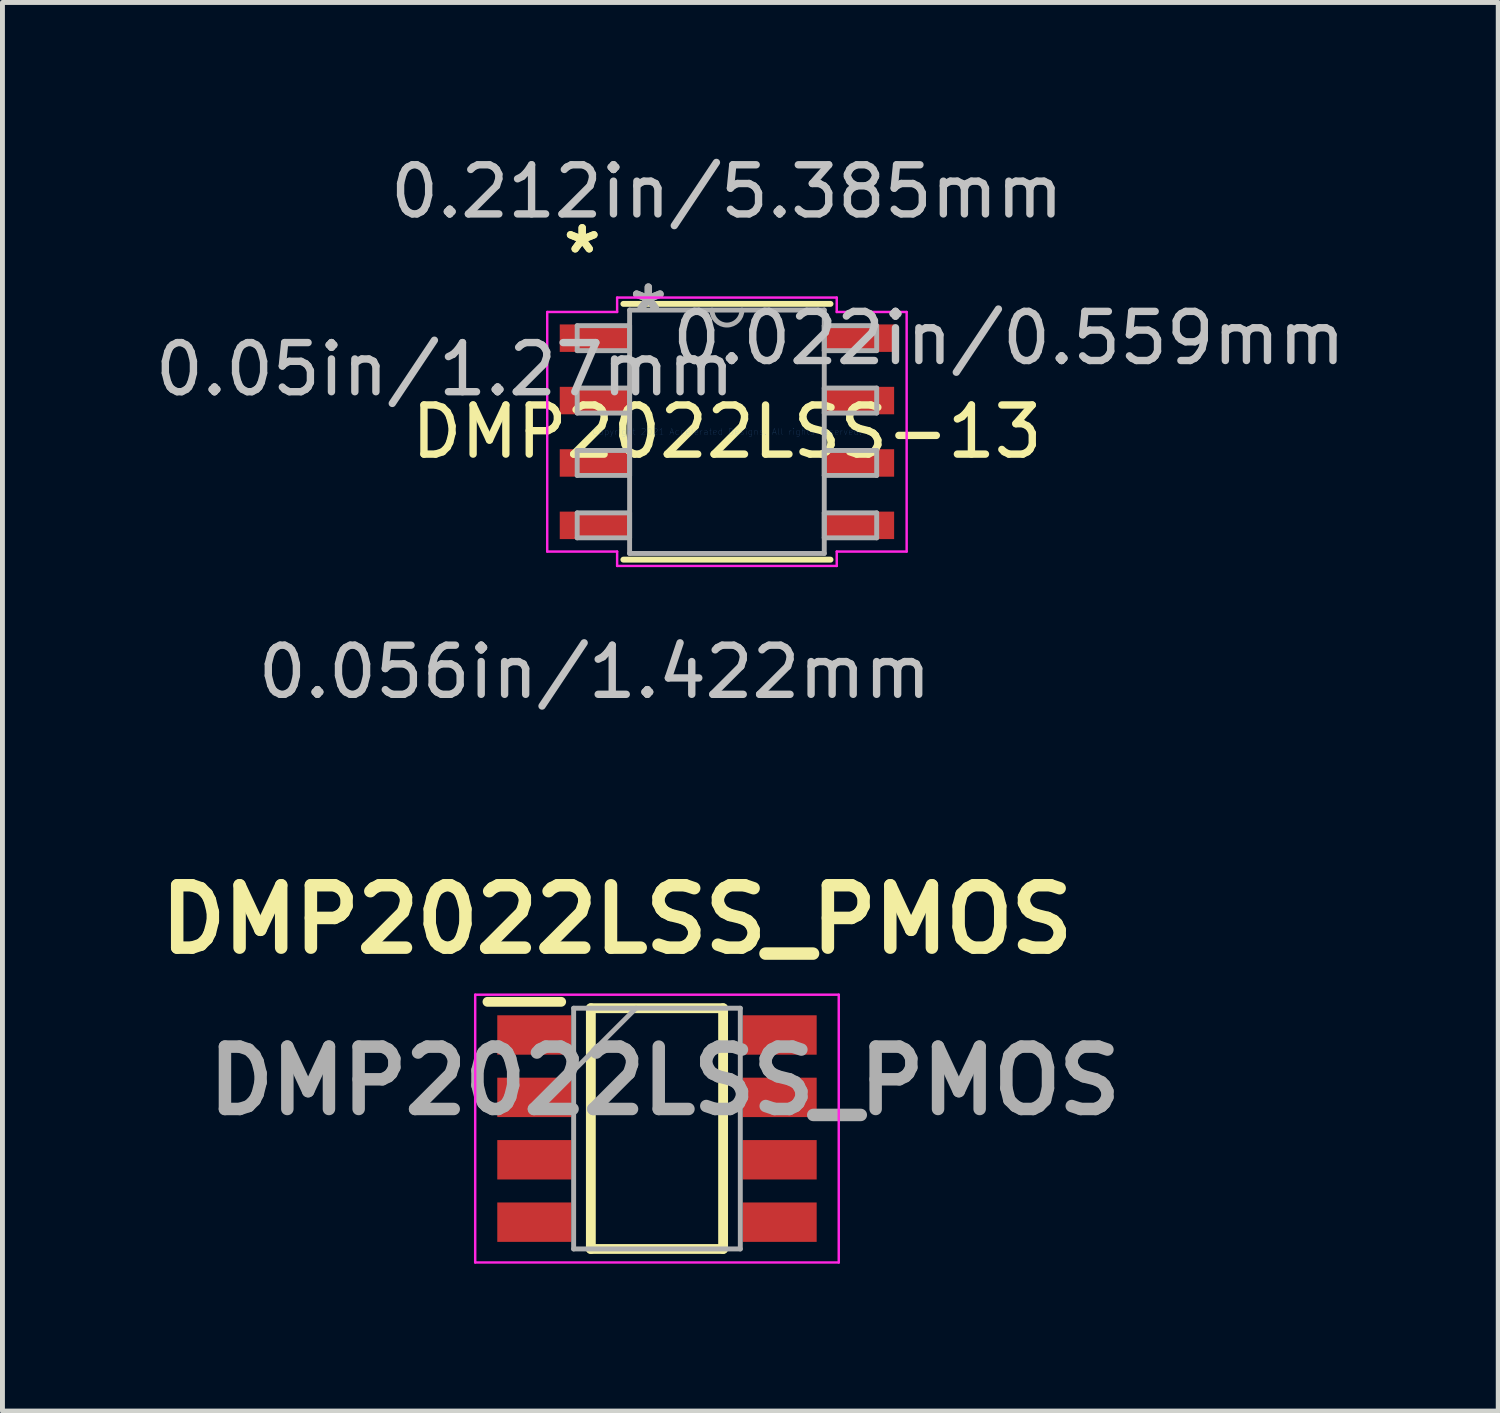
<source format=kicad_pcb>
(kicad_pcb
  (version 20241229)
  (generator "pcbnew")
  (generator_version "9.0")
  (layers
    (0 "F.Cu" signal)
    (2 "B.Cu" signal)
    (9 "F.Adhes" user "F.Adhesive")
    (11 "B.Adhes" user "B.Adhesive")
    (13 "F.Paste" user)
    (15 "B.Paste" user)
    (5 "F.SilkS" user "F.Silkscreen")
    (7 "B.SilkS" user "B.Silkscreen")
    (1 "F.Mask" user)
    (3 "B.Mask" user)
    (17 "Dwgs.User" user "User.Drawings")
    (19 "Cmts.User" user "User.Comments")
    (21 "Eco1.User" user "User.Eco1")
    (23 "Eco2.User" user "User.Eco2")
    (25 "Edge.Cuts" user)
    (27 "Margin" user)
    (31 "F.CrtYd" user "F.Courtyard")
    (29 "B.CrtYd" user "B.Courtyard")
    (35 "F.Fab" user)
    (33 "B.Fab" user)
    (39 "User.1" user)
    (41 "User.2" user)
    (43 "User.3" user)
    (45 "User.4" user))
  (footprint "DMP2022LSS-13"
    (layer "F.Cu")
    (at 11.746 5.738)
    (property "Reference" "DMP2022LSS-13" (at 0 0 0) (layer "F.SilkS") (effects (font (size 1 1) (thickness 0.15))))
    (attr through_hole)
    (fp_line (start -2.108 2.603) (end 2.108 2.603) (stroke (width 0.12) (type solid)) (layer "F.SilkS"))
    (fp_line (start 2.108 -2.603) (end -2.108 -2.603) (stroke (width 0.12) (type solid)) (layer "F.SilkS"))
    (fp_line (start -3.658 -2.438) (end -2.235 -2.438) (stroke (width 0.05) (type solid)) (layer "F.CrtYd"))
    (fp_line (start -3.658 2.438) (end -3.658 -2.438) (stroke (width 0.05) (type solid)) (layer "F.CrtYd"))
    (fp_line (start -2.235 -2.731) (end 2.235 -2.731) (stroke (width 0.05) (type solid)) (layer "F.CrtYd"))
    (fp_line (start -2.235 -2.438) (end -2.235 -2.731) (stroke (width 0.05) (type solid)) (layer "F.CrtYd"))
    (fp_line (start -2.235 2.438) (end -3.658 2.438) (stroke (width 0.05) (type solid)) (layer "F.CrtYd"))
    (fp_line (start -2.235 2.731) (end -2.235 2.438) (stroke (width 0.05) (type solid)) (layer "F.CrtYd"))
    (fp_line (start 2.235 -2.731) (end 2.235 -2.438) (stroke (width 0.05) (type solid)) (layer "F.CrtYd"))
    (fp_line (start 2.235 -2.438) (end 3.658 -2.438) (stroke (width 0.05) (type solid)) (layer "F.CrtYd"))
    (fp_line (start 2.235 2.438) (end 2.235 2.731) (stroke (width 0.05) (type solid)) (layer "F.CrtYd"))
    (fp_line (start 2.235 2.731) (end -2.235 2.731) (stroke (width 0.05) (type solid)) (layer "F.CrtYd"))
    (fp_line (start 3.658 -2.438) (end 3.658 2.438) (stroke (width 0.05) (type solid)) (layer "F.CrtYd"))
    (fp_line (start 3.658 2.438) (end 2.235 2.438) (stroke (width 0.05) (type solid)) (layer "F.CrtYd"))
    (fp_line (start -3.048 -2.159) (end -3.048 -1.651) (stroke (width 0.1) (type solid)) (layer "F.Fab"))
    (fp_line (start -3.048 -1.651) (end -1.981 -1.651) (stroke (width 0.1) (type solid)) (layer "F.Fab"))
    (fp_line (start -3.048 -0.889) (end -3.048 -0.381) (stroke (width 0.1) (type solid)) (layer "F.Fab"))
    (fp_line (start -3.048 -0.381) (end -1.981 -0.381) (stroke (width 0.1) (type solid)) (layer "F.Fab"))
    (fp_line (start -3.048 0.381) (end -3.048 0.889) (stroke (width 0.1) (type solid)) (layer "F.Fab"))
    (fp_line (start -3.048 0.889) (end -1.981 0.889) (stroke (width 0.1) (type solid)) (layer "F.Fab"))
    (fp_line (start -3.048 1.651) (end -3.048 2.159) (stroke (width 0.1) (type solid)) (layer "F.Fab"))
    (fp_line (start -3.048 2.159) (end -1.981 2.159) (stroke (width 0.1) (type solid)) (layer "F.Fab"))
    (fp_line (start -1.981 -2.477) (end -1.981 2.477) (stroke (width 0.1) (type solid)) (layer "F.Fab"))
    (fp_line (start -1.981 -2.159) (end -3.048 -2.159) (stroke (width 0.1) (type solid)) (layer "F.Fab"))
    (fp_line (start -1.981 -1.651) (end -1.981 -2.159) (stroke (width 0.1) (type solid)) (layer "F.Fab"))
    (fp_line (start -1.981 -0.889) (end -3.048 -0.889) (stroke (width 0.1) (type solid)) (layer "F.Fab"))
    (fp_line (start -1.981 -0.381) (end -1.981 -0.889) (stroke (width 0.1) (type solid)) (layer "F.Fab"))
    (fp_line (start -1.981 0.381) (end -3.048 0.381) (stroke (width 0.1) (type solid)) (layer "F.Fab"))
    (fp_line (start -1.981 0.889) (end -1.981 0.381) (stroke (width 0.1) (type solid)) (layer "F.Fab"))
    (fp_line (start -1.981 1.651) (end -3.048 1.651) (stroke (width 0.1) (type solid)) (layer "F.Fab"))
    (fp_line (start -1.981 2.159) (end -1.981 1.651) (stroke (width 0.1) (type solid)) (layer "F.Fab"))
    (fp_line (start -1.981 2.477) (end 1.981 2.477) (stroke (width 0.1) (type solid)) (layer "F.Fab"))
    (fp_line (start 1.981 -2.477) (end -1.981 -2.477) (stroke (width 0.1) (type solid)) (layer "F.Fab"))
    (fp_line (start 1.981 -2.159) (end 1.981 -1.651) (stroke (width 0.1) (type solid)) (layer "F.Fab"))
    (fp_line (start 1.981 -1.651) (end 3.048 -1.651) (stroke (width 0.1) (type solid)) (layer "F.Fab"))
    (fp_line (start 1.981 -0.889) (end 1.981 -0.381) (stroke (width 0.1) (type solid)) (layer "F.Fab"))
    (fp_line (start 1.981 -0.381) (end 3.048 -0.381) (stroke (width 0.1) (type solid)) (layer "F.Fab"))
    (fp_line (start 1.981 0.381) (end 1.981 0.889) (stroke (width 0.1) (type solid)) (layer "F.Fab"))
    (fp_line (start 1.981 0.889) (end 3.048 0.889) (stroke (width 0.1) (type solid)) (layer "F.Fab"))
    (fp_line (start 1.981 1.651) (end 1.981 2.159) (stroke (width 0.1) (type solid)) (layer "F.Fab"))
    (fp_line (start 1.981 2.159) (end 3.048 2.159) (stroke (width 0.1) (type solid)) (layer "F.Fab"))
    (fp_line (start 1.981 2.477) (end 1.981 -2.477) (stroke (width 0.1) (type solid)) (layer "F.Fab"))
    (fp_line (start 3.048 -2.159) (end 1.981 -2.159) (stroke (width 0.1) (type solid)) (layer "F.Fab"))
    (fp_line (start 3.048 -1.651) (end 3.048 -2.159) (stroke (width 0.1) (type solid)) (layer "F.Fab"))
    (fp_line (start 3.048 -0.889) (end 1.981 -0.889) (stroke (width 0.1) (type solid)) (layer "F.Fab"))
    (fp_line (start 3.048 -0.381) (end 3.048 -0.889) (stroke (width 0.1) (type solid)) (layer "F.Fab"))
    (fp_line (start 3.048 0.381) (end 1.981 0.381) (stroke (width 0.1) (type solid)) (layer "F.Fab"))
    (fp_line (start 3.048 0.889) (end 3.048 0.381) (stroke (width 0.1) (type solid)) (layer "F.Fab"))
    (fp_line (start 3.048 1.651) (end 1.981 1.651) (stroke (width 0.1) (type solid)) (layer "F.Fab"))
    (fp_line (start 3.048 2.159) (end 3.048 1.651) (stroke (width 0.1) (type solid)) (layer "F.Fab"))
    (fp_arc (start 0.3048 -2.4765) (mid 0 -2.1717) (end -0.3048 -2.4765) (stroke (width 0.1) (type solid)) (layer "F.Fab"))
    (fp_text user "*" (at -2.946 -3.607 0) (layer "F.SilkS") (effects (font (size 1 1) (thickness 0.15))))
    (fp_text user "*" (at -2.946 -3.607 0) (layer "F.SilkS") (effects (font (size 1 1) (thickness 0.15))))
    (fp_text user "0.212in/5.385mm" (at 0 -4.889 0) (layer "Dwgs.User") (effects (font (size 1 1) (thickness 0.15))))
    (fp_text user "0.056in/1.422mm" (at -2.692 4.889 0) (layer "Dwgs.User") (effects (font (size 1 1) (thickness 0.15))))
    (fp_text user "0.05in/1.27mm" (at -5.74 -1.27 0) (layer "Dwgs.User") (effects (font (size 1 1) (thickness 0.15))))
    (fp_text user "0.022in/0.559mm" (at 5.74 -1.905 0) (layer "Dwgs.User") (effects (font (size 1 1) (thickness 0.15))))
    (fp_text user "Copyright 2021 Accelerated Designs. All rights reserved." (at 0 0 0) (layer "Cmts.User") (effects (font (size 0.127 0.127) (thickness 0.002))))
    (fp_text user "*" (at -1.6 -2.4 0) (layer "F.Fab") (effects (font (size 1 1) (thickness 0.15))))
    (fp_text user "*" (at -1.6 -2.4 0) (layer "F.Fab") (effects (font (size 1 1) (thickness 0.15))))
    (pad "1" smd rect (at -2.692 -1.905) (size 1.422 0.559) (layers "F.Cu" "F.Mask" "F.Paste"))
    (pad "2" smd rect (at -2.692 -0.635) (size 1.422 0.559) (layers "F.Cu" "F.Mask" "F.Paste"))
    (pad "3" smd rect (at -2.692 0.635) (size 1.422 0.559) (layers "F.Cu" "F.Mask" "F.Paste"))
    (pad "4" smd rect (at -2.692 1.905) (size 1.422 0.559) (layers "F.Cu" "F.Mask" "F.Paste"))
    (pad "5" smd rect (at 2.692 1.905) (size 1.422 0.559) (layers "F.Cu" "F.Mask" "F.Paste"))
    (pad "6" smd rect (at 2.692 0.635) (size 1.422 0.559) (layers "F.Cu" "F.Mask" "F.Paste"))
    (pad "7" smd rect (at 2.692 -0.635) (size 1.422 0.559) (layers "F.Cu" "F.Mask" "F.Paste"))
    (pad "8" smd rect (at 2.692 -1.905) (size 1.422 0.559) (layers "F.Cu" "F.Mask" "F.Paste")))
  (footprint "DMP2022LSS_PMOS"
    (layer "F.Cu")
    (at 10.322 19.921)
    (property "Reference" "DMP2022LSS_PMOS" (at -0.815 -4.257 0) (layer "F.SilkS") (effects (font (size 1.27 1.27) (thickness 0.254))))
    (attr smd)
    (fp_line (start -3.45 -2.58) (end -1.95 -2.58) (stroke (width 0.2) (type solid)) (layer "F.SilkS"))
    (fp_line (start -1.346 -2.45) (end 1.346 -2.45) (stroke (width 0.2) (type solid)) (layer "F.SilkS"))
    (fp_line (start -1.346 2.45) (end -1.346 -2.45) (stroke (width 0.2) (type solid)) (layer "F.SilkS"))
    (fp_line (start 1.346 -2.45) (end 1.346 2.45) (stroke (width 0.2) (type solid)) (layer "F.SilkS"))
    (fp_line (start 1.346 2.45) (end -1.346 2.45) (stroke (width 0.2) (type solid)) (layer "F.SilkS"))
    (fp_line (start -3.7 -2.725) (end 3.7 -2.725) (stroke (width 0.05) (type solid)) (layer "F.CrtYd"))
    (fp_line (start -3.7 2.725) (end -3.7 -2.725) (stroke (width 0.05) (type solid)) (layer "F.CrtYd"))
    (fp_line (start 3.7 -2.725) (end 3.7 2.725) (stroke (width 0.05) (type solid)) (layer "F.CrtYd"))
    (fp_line (start 3.7 2.725) (end -3.7 2.725) (stroke (width 0.05) (type solid)) (layer "F.CrtYd"))
    (fp_line (start -1.696 -2.45) (end 1.696 -2.45) (stroke (width 0.1) (type solid)) (layer "F.Fab"))
    (fp_line (start -1.696 -1.18) (end -0.426 -2.45) (stroke (width 0.1) (type solid)) (layer "F.Fab"))
    (fp_line (start -1.696 2.45) (end -1.696 -2.45) (stroke (width 0.1) (type solid)) (layer "F.Fab"))
    (fp_line (start 1.696 -2.45) (end 1.696 2.45) (stroke (width 0.1) (type solid)) (layer "F.Fab"))
    (fp_line (start 1.696 2.45) (end -1.696 2.45) (stroke (width 0.1) (type solid)) (layer "F.Fab"))
    (fp_text user "${REFERENCE}" (at 0.157 -0.973 0) (layer "F.Fab") (effects (font (size 1.27 1.27) (thickness 0.254))))
    (pad "1" smd rect (at -2.498 -1.905 90) (size 0.802 1.505) (layers "F.Cu" "F.Mask" "F.Paste"))
    (pad "2" smd rect (at -2.498 -0.635 90) (size 0.802 1.505) (layers "F.Cu" "F.Mask" "F.Paste"))
    (pad "3" smd rect (at -2.498 0.635 90) (size 0.802 1.505) (layers "F.Cu" "F.Mask" "F.Paste"))
    (pad "4" smd rect (at -2.498 1.905 90) (size 0.802 1.505) (layers "F.Cu" "F.Mask" "F.Paste"))
    (pad "5" smd rect (at 2.498 1.905 90) (size 0.802 1.505) (layers "F.Cu" "F.Mask" "F.Paste"))
    (pad "6" smd rect (at 2.498 0.635 90) (size 0.802 1.505) (layers "F.Cu" "F.Mask" "F.Paste"))
    (pad "7" smd rect (at 2.498 -0.635 90) (size 0.802 1.505) (layers "F.Cu" "F.Mask" "F.Paste"))
    (pad "8" smd rect (at 2.498 -1.905 90) (size 0.802 1.505) (layers "F.Cu" "F.Mask" "F.Paste")))
  (gr_rect
    (start -3 -3)
    (end 27.445 25.671)
    (stroke (width 0.1) (type default))
    (fill no)
    (layer "Edge.Cuts")))
</source>
